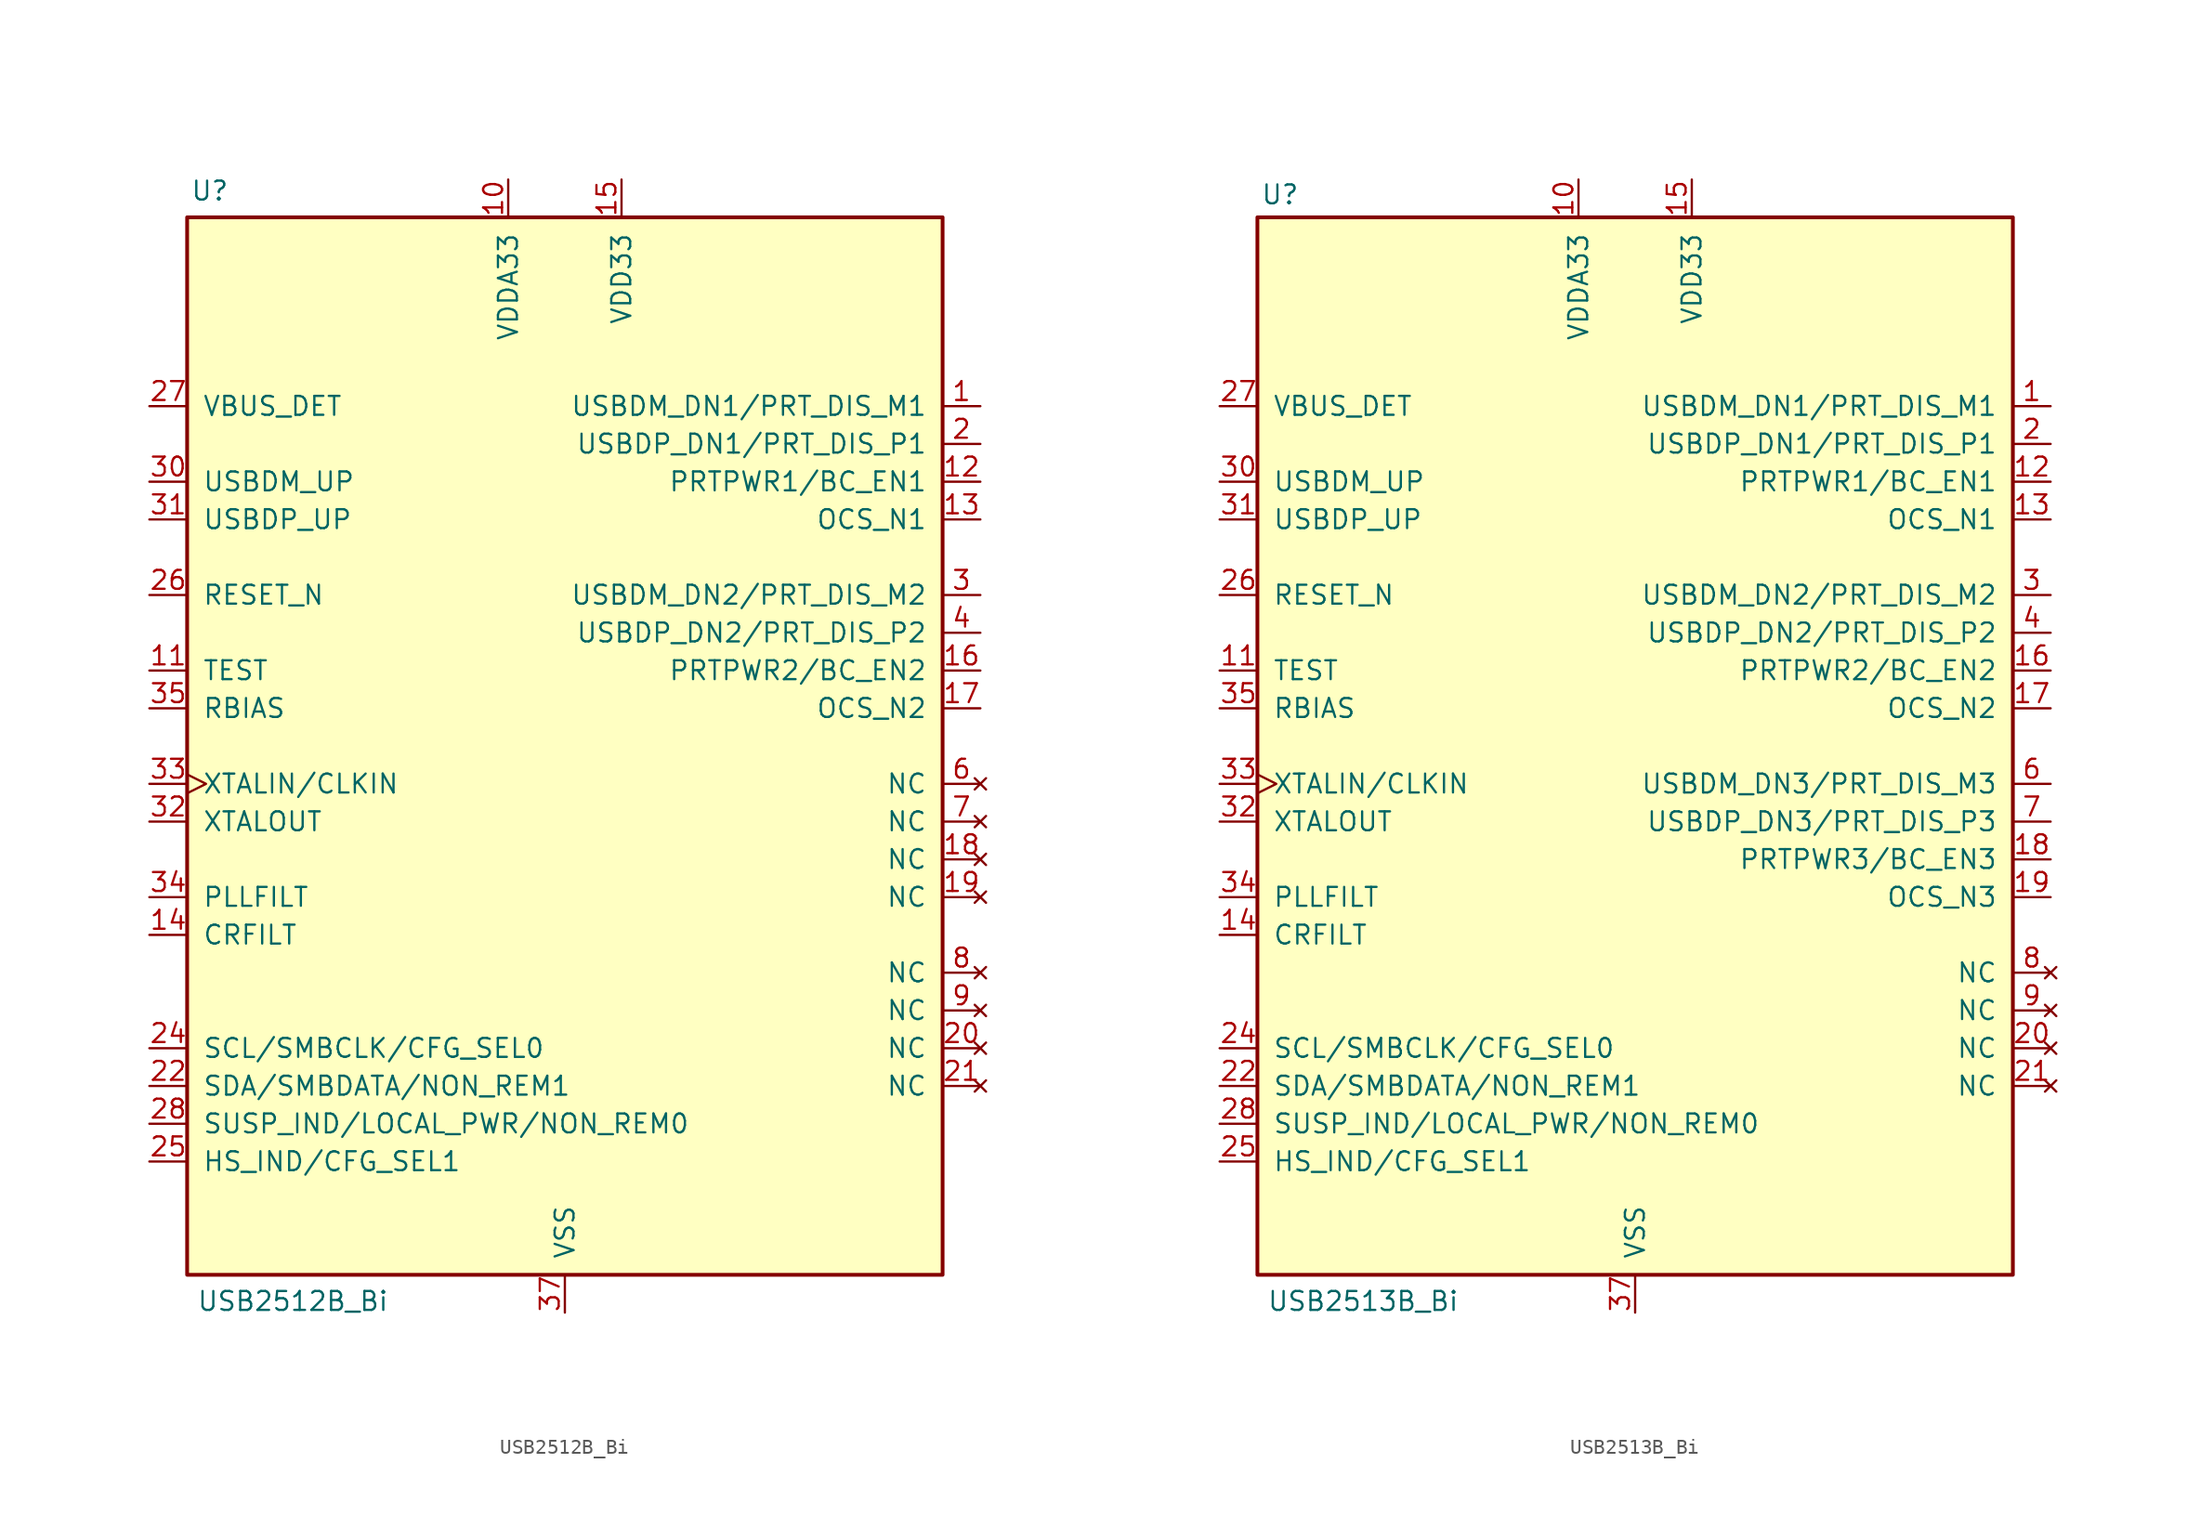
<source format=kicad_sym>
(kicad_symbol_lib
  (version 20241209)
  (generator "kicad_symbol_editor")
  (generator_version "9.0")
  (symbol "USB2512B_Bi"
    (pin_names
      (offset 1.016))
    (property "Reference" "U"
      (at -23.876 37.338 0)
      (effects (font (size 1.27 1.27))))
    (property "Value" "USB2512B_Bi"
      (at -18.288 -37.338 0)
      (effects (font (size 1.27 1.27))))
    (symbol "USB2512B_Bi_0_1"
      (rectangle (start -25.4 35.56) (end 25.4 -35.56) (stroke (width 0.254) (type default)) (fill (type background))))
    (symbol "USB2512B_Bi_1_1"
      (pin input line (at -27.94 22.86 0) (length 2.54) (name "VBUS_DET" (effects (font (size 1.27 1.27)))) (number "27" (effects (font (size 1.27 1.27)))))
      (pin bidirectional line (at -27.94 17.78 0) (length 2.54) (name "USBDM_UP" (effects (font (size 1.27 1.27)))) (number "30" (effects (font (size 1.27 1.27)))))
      (pin bidirectional line (at -27.94 15.24 0) (length 2.54) (name "USBDP_UP" (effects (font (size 1.27 1.27)))) (number "31" (effects (font (size 1.27 1.27)))))
      (pin input line (at -27.94 10.16 0) (length 2.54) (name "RESET_N" (effects (font (size 1.27 1.27)))) (number "26" (effects (font (size 1.27 1.27)))))
      (pin input line (at -27.94 5.08 0) (length 2.54) (name "TEST" (effects (font (size 1.27 1.27)))) (number "11" (effects (font (size 1.27 1.27)))))
      (pin input line (at -27.94 2.54 0) (length 2.54) (name "RBIAS" (effects (font (size 1.27 1.27)))) (number "35" (effects (font (size 1.27 1.27)))))
      (pin input clock (at -27.94 -2.54 0) (length 2.54) (name "XTALIN/CLKIN" (effects (font (size 1.27 1.27)))) (number "33" (effects (font (size 1.27 1.27)))))
      (pin output line (at -27.94 -5.08 0) (length 2.54) (name "XTALOUT" (effects (font (size 1.27 1.27)))) (number "32" (effects (font (size 1.27 1.27)))))
      (pin input line (at -27.94 -10.16 0) (length 2.54) (name "PLLFILT" (effects (font (size 1.27 1.27)))) (number "34" (effects (font (size 1.27 1.27)))))
      (pin input line (at -27.94 -12.7 0) (length 2.54) (name "CRFILT" (effects (font (size 1.27 1.27)))) (number "14" (effects (font (size 1.27 1.27)))))
      (pin bidirectional line (at -27.94 -20.32 0) (length 2.54) (name "SCL/SMBCLK/CFG_SEL0" (effects (font (size 1.27 1.27)))) (number "24" (effects (font (size 1.27 1.27)))))
      (pin bidirectional line (at -27.94 -22.86 0) (length 2.54) (name "SDA/SMBDATA/NON_REM1" (effects (font (size 1.27 1.27)))) (number "22" (effects (font (size 1.27 1.27)))))
      (pin bidirectional line (at -27.94 -25.4 0) (length 2.54) (name "SUSP_IND/LOCAL_PWR/NON_REM0" (effects (font (size 1.27 1.27)))) (number "28" (effects (font (size 1.27 1.27)))))
      (pin bidirectional line (at -27.94 -27.94 0) (length 2.54) (name "HS_IND/CFG_SEL1" (effects (font (size 1.27 1.27)))) (number "25" (effects (font (size 1.27 1.27)))))
      (pin input line (at -3.81 38.1 270) (length 2.54) (name "VDDA33" (effects (font (size 1.27 1.27)))) (number "10" (effects (font (size 1.27 1.27)))))
      (pin passive line (at -3.81 38.1 270) (length 2.54) (hide yes) (name "VDDA33" (effects (font (size 1.27 1.27)))) (number "29" (effects (font (size 1.27 1.27)))))
      (pin passive line (at -3.81 38.1 270) (length 2.54) (hide yes) (name "VDDA33" (effects (font (size 1.27 1.27)))) (number "36" (effects (font (size 1.27 1.27)))))
      (pin passive line (at -3.81 38.1 270) (length 2.54) (hide yes) (name "VDDA33" (effects (font (size 1.27 1.27)))) (number "5" (effects (font (size 1.27 1.27)))))
      (pin power_in line (at 0 -38.1 90) (length 2.54) (name "VSS" (effects (font (size 1.27 1.27)))) (number "37" (effects (font (size 1.27 1.27)))))
      (pin power_in line (at 3.81 38.1 270) (length 2.54) (name "VDD33" (effects (font (size 1.27 1.27)))) (number "15" (effects (font (size 1.27 1.27)))))
      (pin passive line (at 3.81 38.1 270) (length 2.54) (hide yes) (name "VDD33" (effects (font (size 1.27 1.27)))) (number "23" (effects (font (size 1.27 1.27)))))
      (pin bidirectional line (at 27.94 22.86 180) (length 2.54) (name "USBDM_DN1/PRT_DIS_M1" (effects (font (size 1.27 1.27)))) (number "1" (effects (font (size 1.27 1.27)))))
      (pin bidirectional line (at 27.94 20.32 180) (length 2.54) (name "USBDP_DN1/PRT_DIS_P1" (effects (font (size 1.27 1.27)))) (number "2" (effects (font (size 1.27 1.27)))))
      (pin bidirectional line (at 27.94 17.78 180) (length 2.54) (name "PRTPWR1/BC_EN1" (effects (font (size 1.27 1.27)))) (number "12" (effects (font (size 1.27 1.27)))))
      (pin input line (at 27.94 15.24 180) (length 2.54) (name "OCS_N1" (effects (font (size 1.27 1.27)))) (number "13" (effects (font (size 1.27 1.27)))))
      (pin bidirectional line (at 27.94 10.16 180) (length 2.54) (name "USBDM_DN2/PRT_DIS_M2" (effects (font (size 1.27 1.27)))) (number "3" (effects (font (size 1.27 1.27)))))
      (pin bidirectional line (at 27.94 7.62 180) (length 2.54) (name "USBDP_DN2/PRT_DIS_P2" (effects (font (size 1.27 1.27)))) (number "4" (effects (font (size 1.27 1.27)))))
      (pin bidirectional line (at 27.94 5.08 180) (length 2.54) (name "PRTPWR2/BC_EN2" (effects (font (size 1.27 1.27)))) (number "16" (effects (font (size 1.27 1.27)))))
      (pin input line (at 27.94 2.54 180) (length 2.54) (name "OCS_N2" (effects (font (size 1.27 1.27)))) (number "17" (effects (font (size 1.27 1.27)))))
      (pin no_connect line (at 27.94 -2.54 180) (length 2.54) (name "NC" (effects (font (size 1.27 1.27)))) (number "6" (effects (font (size 1.27 1.27)))))
      (pin no_connect line (at 27.94 -5.08 180) (length 2.54) (name "NC" (effects (font (size 1.27 1.27)))) (number "7" (effects (font (size 1.27 1.27)))))
      (pin no_connect line (at 27.94 -7.62 180) (length 2.54) (name "NC" (effects (font (size 1.27 1.27)))) (number "18" (effects (font (size 1.27 1.27)))))
      (pin no_connect line (at 27.94 -10.16 180) (length 2.54) (name "NC" (effects (font (size 1.27 1.27)))) (number "19" (effects (font (size 1.27 1.27)))))
      (pin no_connect line (at 27.94 -15.24 180) (length 2.54) (name "NC" (effects (font (size 1.27 1.27)))) (number "8" (effects (font (size 1.27 1.27)))))
      (pin no_connect line (at 27.94 -17.78 180) (length 2.54) (name "NC" (effects (font (size 1.27 1.27)))) (number "9" (effects (font (size 1.27 1.27)))))
      (pin no_connect line (at 27.94 -20.32 180) (length 2.54) (name "NC" (effects (font (size 1.27 1.27)))) (number "20" (effects (font (size 1.27 1.27)))))
      (pin no_connect line (at 27.94 -22.86 180) (length 2.54) (name "NC" (effects (font (size 1.27 1.27)))) (number "21" (effects (font (size 1.27 1.27)))))))
  (symbol "USB2513B_Bi"
    (pin_names
      (offset 1.016))
    (property "Reference" "U"
      (at -23.876 37.084 0)
      (effects (font (size 1.27 1.27))))
    (property "Value" "USB2513B_Bi"
      (at -18.288 -37.338 0)
      (effects (font (size 1.27 1.27))))
    (symbol "USB2513B_Bi_0_1"
      (rectangle (start -25.4 35.56) (end 25.4 -35.56) (stroke (width 0.254) (type default)) (fill (type background))))
    (symbol "USB2513B_Bi_1_1"
      (pin input line (at -27.94 22.86 0) (length 2.54) (name "VBUS_DET" (effects (font (size 1.27 1.27)))) (number "27" (effects (font (size 1.27 1.27)))))
      (pin bidirectional line (at -27.94 17.78 0) (length 2.54) (name "USBDM_UP" (effects (font (size 1.27 1.27)))) (number "30" (effects (font (size 1.27 1.27)))))
      (pin bidirectional line (at -27.94 15.24 0) (length 2.54) (name "USBDP_UP" (effects (font (size 1.27 1.27)))) (number "31" (effects (font (size 1.27 1.27)))))
      (pin input line (at -27.94 10.16 0) (length 2.54) (name "RESET_N" (effects (font (size 1.27 1.27)))) (number "26" (effects (font (size 1.27 1.27)))))
      (pin input line (at -27.94 5.08 0) (length 2.54) (name "TEST" (effects (font (size 1.27 1.27)))) (number "11" (effects (font (size 1.27 1.27)))))
      (pin input line (at -27.94 2.54 0) (length 2.54) (name "RBIAS" (effects (font (size 1.27 1.27)))) (number "35" (effects (font (size 1.27 1.27)))))
      (pin input clock (at -27.94 -2.54 0) (length 2.54) (name "XTALIN/CLKIN" (effects (font (size 1.27 1.27)))) (number "33" (effects (font (size 1.27 1.27)))))
      (pin output line (at -27.94 -5.08 0) (length 2.54) (name "XTALOUT" (effects (font (size 1.27 1.27)))) (number "32" (effects (font (size 1.27 1.27)))))
      (pin input line (at -27.94 -10.16 0) (length 2.54) (name "PLLFILT" (effects (font (size 1.27 1.27)))) (number "34" (effects (font (size 1.27 1.27)))))
      (pin input line (at -27.94 -12.7 0) (length 2.54) (name "CRFILT" (effects (font (size 1.27 1.27)))) (number "14" (effects (font (size 1.27 1.27)))))
      (pin bidirectional line (at -27.94 -20.32 0) (length 2.54) (name "SCL/SMBCLK/CFG_SEL0" (effects (font (size 1.27 1.27)))) (number "24" (effects (font (size 1.27 1.27)))))
      (pin bidirectional line (at -27.94 -22.86 0) (length 2.54) (name "SDA/SMBDATA/NON_REM1" (effects (font (size 1.27 1.27)))) (number "22" (effects (font (size 1.27 1.27)))))
      (pin bidirectional line (at -27.94 -25.4 0) (length 2.54) (name "SUSP_IND/LOCAL_PWR/NON_REM0" (effects (font (size 1.27 1.27)))) (number "28" (effects (font (size 1.27 1.27)))))
      (pin bidirectional line (at -27.94 -27.94 0) (length 2.54) (name "HS_IND/CFG_SEL1" (effects (font (size 1.27 1.27)))) (number "25" (effects (font (size 1.27 1.27)))))
      (pin input line (at -3.81 38.1 270) (length 2.54) (name "VDDA33" (effects (font (size 1.27 1.27)))) (number "10" (effects (font (size 1.27 1.27)))))
      (pin passive line (at -3.81 38.1 270) (length 2.54) (hide yes) (name "VDDA33" (effects (font (size 1.27 1.27)))) (number "29" (effects (font (size 1.27 1.27)))))
      (pin passive line (at -3.81 38.1 270) (length 2.54) (hide yes) (name "VDDA33" (effects (font (size 1.27 1.27)))) (number "36" (effects (font (size 1.27 1.27)))))
      (pin passive line (at -3.81 38.1 270) (length 2.54) (hide yes) (name "VDDA33" (effects (font (size 1.27 1.27)))) (number "5" (effects (font (size 1.27 1.27)))))
      (pin power_in line (at 0 -38.1 90) (length 2.54) (name "VSS" (effects (font (size 1.27 1.27)))) (number "37" (effects (font (size 1.27 1.27)))))
      (pin power_in line (at 3.81 38.1 270) (length 2.54) (name "VDD33" (effects (font (size 1.27 1.27)))) (number "15" (effects (font (size 1.27 1.27)))))
      (pin passive line (at 3.81 38.1 270) (length 2.54) (hide yes) (name "VDD33" (effects (font (size 1.27 1.27)))) (number "23" (effects (font (size 1.27 1.27)))))
      (pin bidirectional line (at 27.94 22.86 180) (length 2.54) (name "USBDM_DN1/PRT_DIS_M1" (effects (font (size 1.27 1.27)))) (number "1" (effects (font (size 1.27 1.27)))))
      (pin bidirectional line (at 27.94 20.32 180) (length 2.54) (name "USBDP_DN1/PRT_DIS_P1" (effects (font (size 1.27 1.27)))) (number "2" (effects (font (size 1.27 1.27)))))
      (pin bidirectional line (at 27.94 17.78 180) (length 2.54) (name "PRTPWR1/BC_EN1" (effects (font (size 1.27 1.27)))) (number "12" (effects (font (size 1.27 1.27)))))
      (pin input line (at 27.94 15.24 180) (length 2.54) (name "OCS_N1" (effects (font (size 1.27 1.27)))) (number "13" (effects (font (size 1.27 1.27)))))
      (pin bidirectional line (at 27.94 10.16 180) (length 2.54) (name "USBDM_DN2/PRT_DIS_M2" (effects (font (size 1.27 1.27)))) (number "3" (effects (font (size 1.27 1.27)))))
      (pin bidirectional line (at 27.94 7.62 180) (length 2.54) (name "USBDP_DN2/PRT_DIS_P2" (effects (font (size 1.27 1.27)))) (number "4" (effects (font (size 1.27 1.27)))))
      (pin bidirectional line (at 27.94 5.08 180) (length 2.54) (name "PRTPWR2/BC_EN2" (effects (font (size 1.27 1.27)))) (number "16" (effects (font (size 1.27 1.27)))))
      (pin input line (at 27.94 2.54 180) (length 2.54) (name "OCS_N2" (effects (font (size 1.27 1.27)))) (number "17" (effects (font (size 1.27 1.27)))))
      (pin bidirectional line (at 27.94 -2.54 180) (length 2.54) (name "USBDM_DN3/PRT_DIS_M3" (effects (font (size 1.27 1.27)))) (number "6" (effects (font (size 1.27 1.27)))))
      (pin bidirectional line (at 27.94 -5.08 180) (length 2.54) (name "USBDP_DN3/PRT_DIS_P3" (effects (font (size 1.27 1.27)))) (number "7" (effects (font (size 1.27 1.27)))))
      (pin bidirectional line (at 27.94 -7.62 180) (length 2.54) (name "PRTPWR3/BC_EN3" (effects (font (size 1.27 1.27)))) (number "18" (effects (font (size 1.27 1.27)))))
      (pin input line (at 27.94 -10.16 180) (length 2.54) (name "OCS_N3" (effects (font (size 1.27 1.27)))) (number "19" (effects (font (size 1.27 1.27)))))
      (pin no_connect line (at 27.94 -15.24 180) (length 2.54) (name "NC" (effects (font (size 1.27 1.27)))) (number "8" (effects (font (size 1.27 1.27)))))
      (pin no_connect line (at 27.94 -17.78 180) (length 2.54) (name "NC" (effects (font (size 1.27 1.27)))) (number "9" (effects (font (size 1.27 1.27)))))
      (pin no_connect line (at 27.94 -20.32 180) (length 2.54) (name "NC" (effects (font (size 1.27 1.27)))) (number "20" (effects (font (size 1.27 1.27)))))
      (pin no_connect line (at 27.94 -22.86 180) (length 2.54) (name "NC" (effects (font (size 1.27 1.27)))) (number "21" (effects (font (size 1.27 1.27))))))))
</source>
